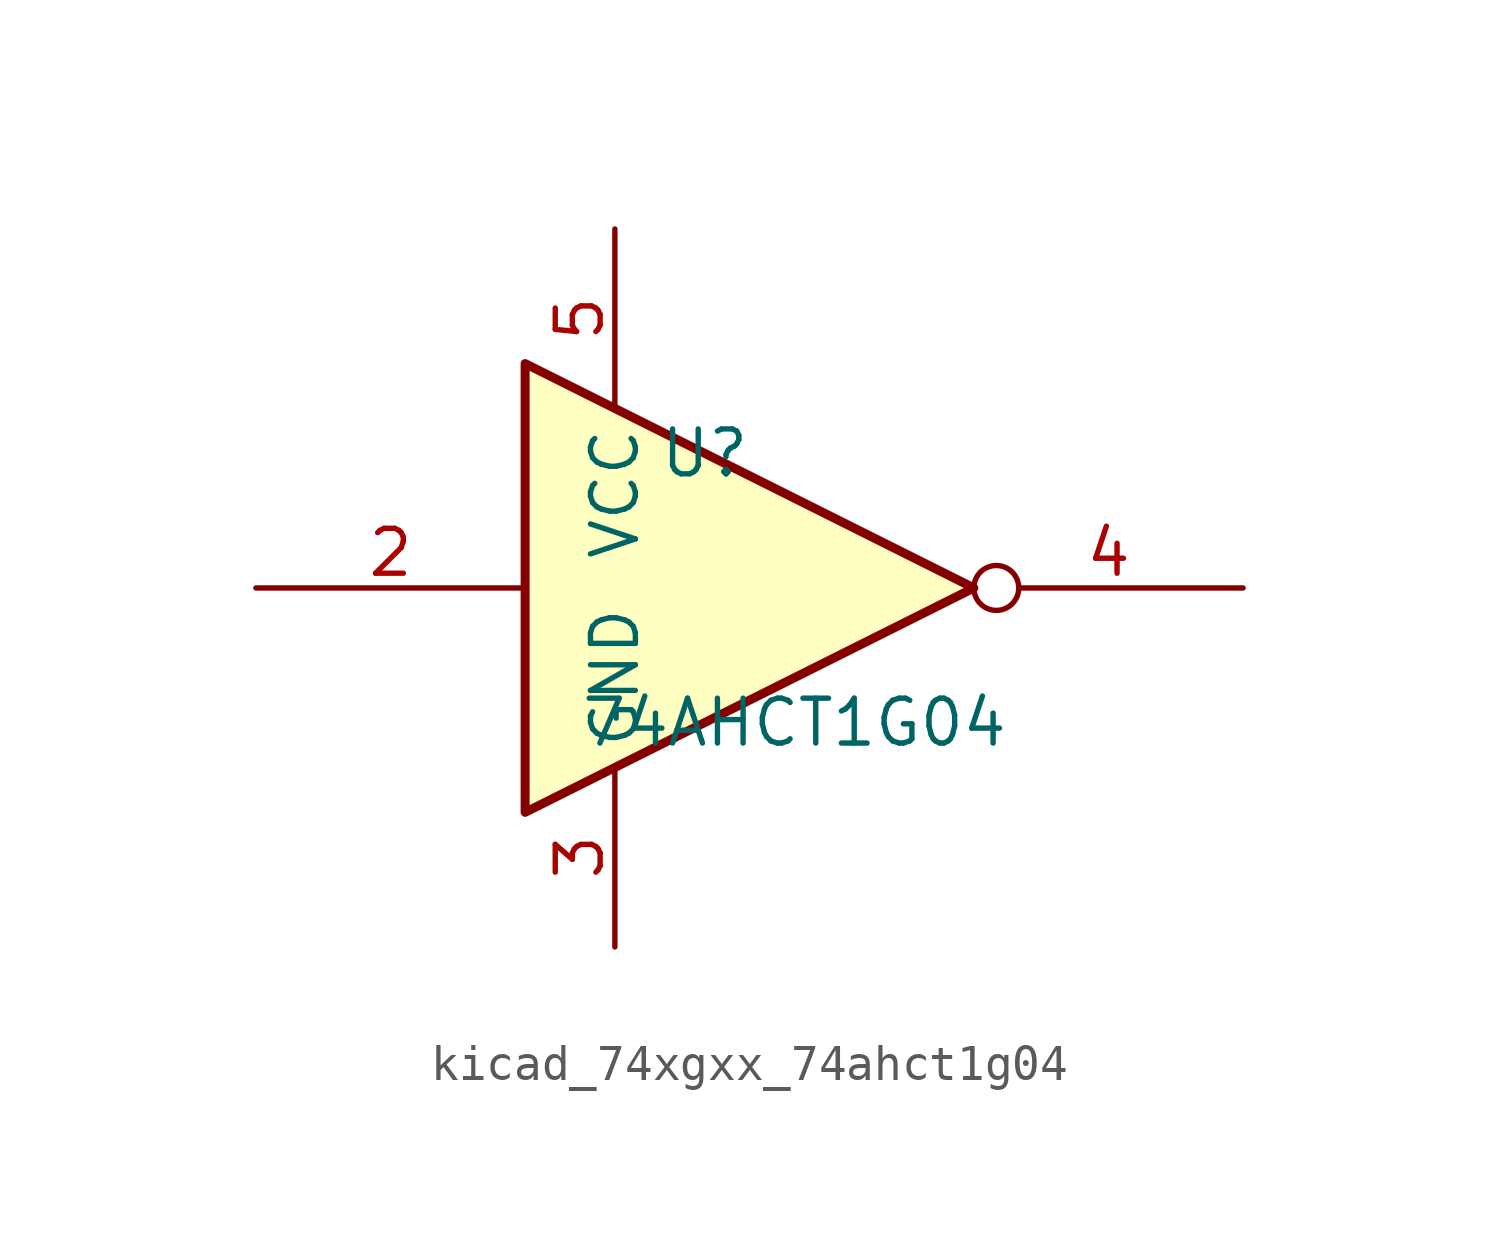
<source format=kicad_sym>
(kicad_symbol_lib
  (version 20220914)
  (generator kicad_symbol_editor)
  (symbol "kicad_74xgxx_74ahct1g04"
    (property "Reference" "U"
      (at -2.54 3.81 0)
      (effects (font (size 1.27 1.27))))
    (property "Value" "74AHCT1G04"
      (at 0 -3.81 0)
      (effects (font (size 1.27 1.27))))
    (symbol "kicad_74xgxx_74ahct1g04_0_1"
      (polyline (pts (xy -7.62 6.35) (xy -7.62 -6.35) (xy 5.08 0) (xy -7.62 6.35)) (stroke (width 0.254) (type default)) (fill (type background))))
    (symbol "kicad_74xgxx_74ahct1g04_1_1"
      (pin input line (at -15.24 0 0) (length 7.62) (name "~" (effects (font (size 1.27 1.27)))) (number "2" (effects (font (size 1.27 1.27)))))
      (pin power_in line (at -5.08 -10.16 90) (length 5.08) (name "GND" (effects (font (size 1.27 1.27)))) (number "3" (effects (font (size 1.27 1.27)))))
      (pin output inverted (at 12.7 0 180) (length 7.62) (name "~" (effects (font (size 1.27 1.27)))) (number "4" (effects (font (size 1.27 1.27)))))
      (pin power_in line (at -5.08 10.16 270) (length 5.08) (name "VCC" (effects (font (size 1.27 1.27)))) (number "5" (effects (font (size 1.27 1.27))))))))
</source>
